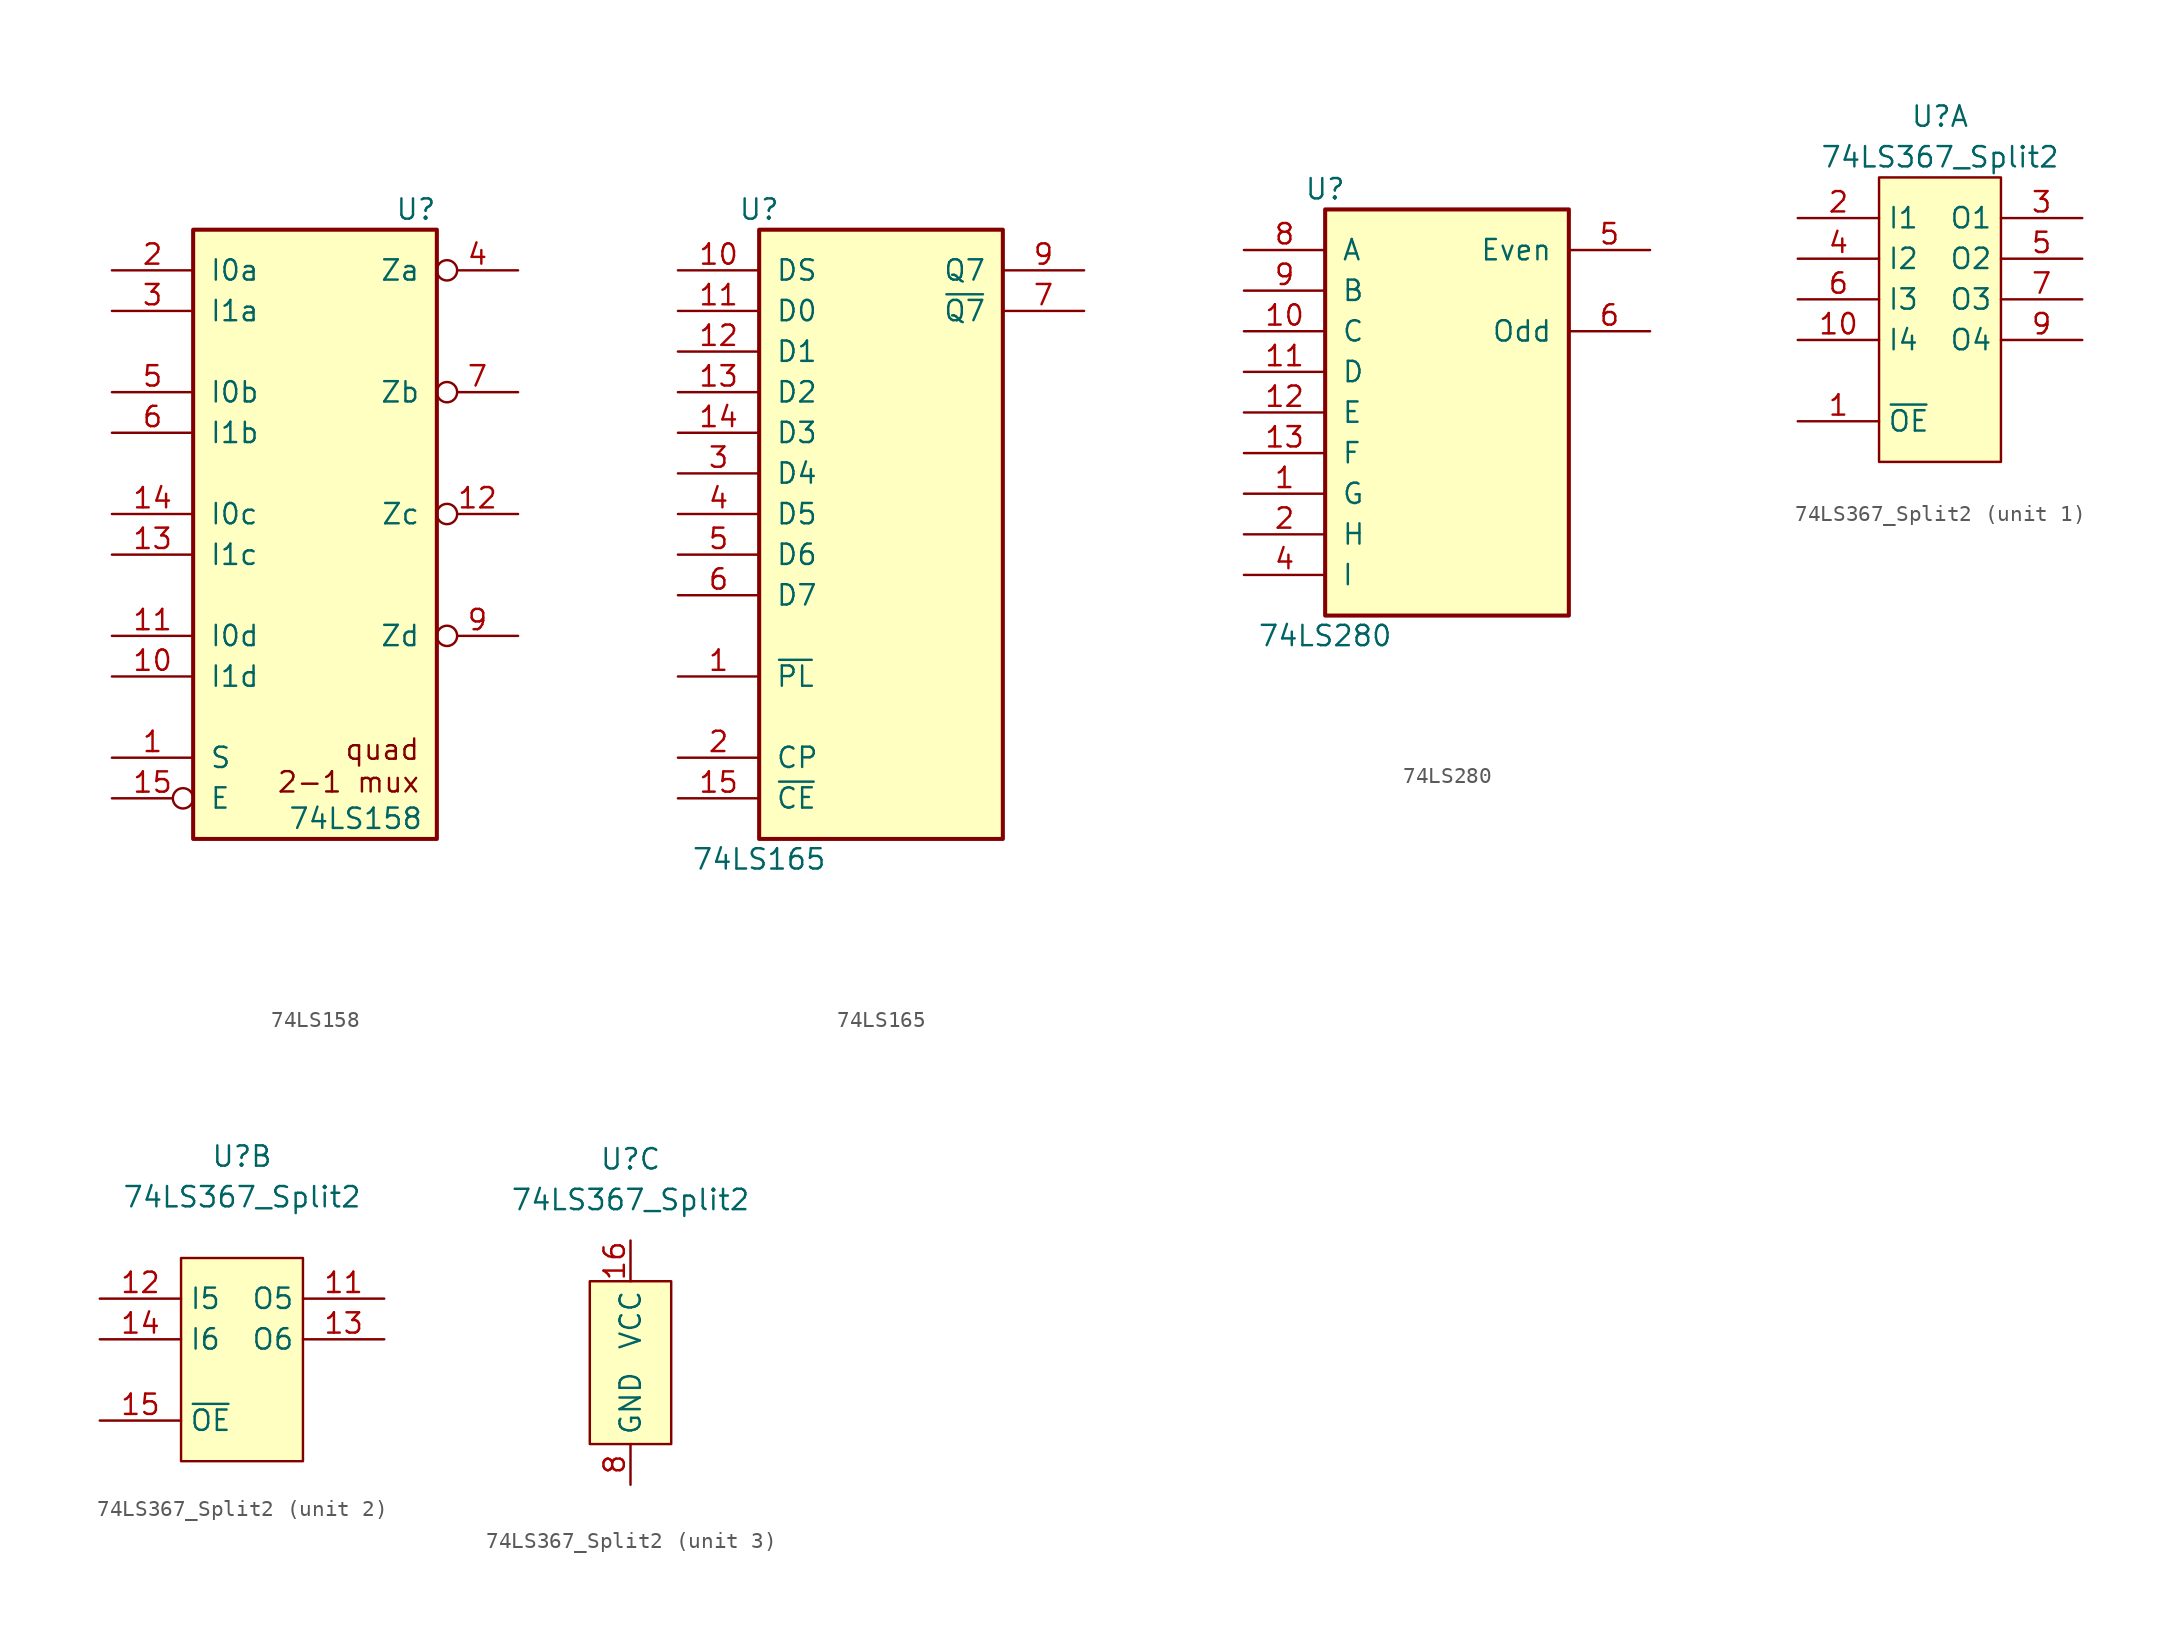
<source format=kicad_sym>
(kicad_symbol_lib
  (version 20231120)
  (generator "kicad_symbol_editor")
  (generator_version "8.0")
  (symbol "74LS158"
    (pin_names
      (offset 1.016))
    (property "Reference" "U"
      (at 7.62 19.05 0)
      (effects (font (size 1.27 1.27)) (justify right)))
    (property "Value" "74LS158"
      (at 2.54 -19.05 0)
      (effects (font (size 1.27 1.27))))
    (property "ki_locked" ""
      (at 0 0 0)
      (effects (font (size 1.27 1.27))))
    (symbol "74LS158_1_0"
      (pin input line (at -12.7 -15.24 0) (length 5.08) (name "S" (effects (font (size 1.27 1.27)))) (number "1" (effects (font (size 1.27 1.27)))))
      (pin input line (at -12.7 -10.16 0) (length 5.08) (name "I1d" (effects (font (size 1.27 1.27)))) (number "10" (effects (font (size 1.27 1.27)))))
      (pin input line (at -12.7 -7.62 0) (length 5.08) (name "I0d" (effects (font (size 1.27 1.27)))) (number "11" (effects (font (size 1.27 1.27)))))
      (pin output inverted (at 12.7 0 180) (length 5.08) (name "Zc" (effects (font (size 1.27 1.27)))) (number "12" (effects (font (size 1.27 1.27)))))
      (pin input line (at -12.7 -2.54 0) (length 5.08) (name "I1c" (effects (font (size 1.27 1.27)))) (number "13" (effects (font (size 1.27 1.27)))))
      (pin input line (at -12.7 0 0) (length 5.08) (name "I0c" (effects (font (size 1.27 1.27)))) (number "14" (effects (font (size 1.27 1.27)))))
      (pin input inverted (at -12.7 -17.78 0) (length 5.08) (name "E" (effects (font (size 1.27 1.27)))) (number "15" (effects (font (size 1.27 1.27)))))
      (pin input line (at 0 22.86 270) (length 5.08) hide (name "VCC" (effects (font (size 1.27 1.27)))) (number "16" (effects (font (size 1.27 1.27)))))
      (pin input line (at -12.7 15.24 0) (length 5.08) (name "I0a" (effects (font (size 1.27 1.27)))) (number "2" (effects (font (size 1.27 1.27)))))
      (pin input line (at -12.7 12.7 0) (length 5.08) (name "I1a" (effects (font (size 1.27 1.27)))) (number "3" (effects (font (size 1.27 1.27)))))
      (pin output inverted (at 12.7 15.24 180) (length 5.08) (name "Za" (effects (font (size 1.27 1.27)))) (number "4" (effects (font (size 1.27 1.27)))))
      (pin input line (at -12.7 7.62 0) (length 5.08) (name "I0b" (effects (font (size 1.27 1.27)))) (number "5" (effects (font (size 1.27 1.27)))))
      (pin input line (at -12.7 5.08 0) (length 5.08) (name "I1b" (effects (font (size 1.27 1.27)))) (number "6" (effects (font (size 1.27 1.27)))))
      (pin output inverted (at 12.7 7.62 180) (length 5.08) (name "Zb" (effects (font (size 1.27 1.27)))) (number "7" (effects (font (size 1.27 1.27)))))
      (pin input line (at 0 -25.4 90) (length 5.08) hide (name "GND" (effects (font (size 1.27 1.27)))) (number "8" (effects (font (size 1.27 1.27)))))
      (pin output inverted (at 12.7 -7.62 180) (length 5.08) (name "Zd" (effects (font (size 1.27 1.27)))) (number "9" (effects (font (size 1.27 1.27))))))
    (symbol "74LS158_1_1"
      (rectangle (start -7.62 17.78) (end 7.62 -20.32) (stroke (width 0.254) (type default)) (fill (type background)))
      (text "quad\n2-1 mux" (at 6.604 -15.748 0) (effects (font (size 1.27 1.27)) (justify right)))))
  (symbol "74LS165"
    (pin_names
      (offset 1.016))
    (property "Reference" "U"
      (at -7.62 19.05 0)
      (effects (font (size 1.27 1.27))))
    (property "Value" "74LS165"
      (at -7.62 -21.59 0)
      (effects (font (size 1.27 1.27))))
    (property "ki_locked" ""
      (at 0 0 0)
      (effects (font (size 1.27 1.27))))
    (symbol "74LS165_1_0"
      (pin input line (at -12.7 -10.16 0) (length 5.08) (name "~{PL}" (effects (font (size 1.27 1.27)))) (number "1" (effects (font (size 1.27 1.27)))))
      (pin input line (at -12.7 15.24 0) (length 5.08) (name "DS" (effects (font (size 1.27 1.27)))) (number "10" (effects (font (size 1.27 1.27)))))
      (pin input line (at -12.7 12.7 0) (length 5.08) (name "D0" (effects (font (size 1.27 1.27)))) (number "11" (effects (font (size 1.27 1.27)))))
      (pin input line (at -12.7 10.16 0) (length 5.08) (name "D1" (effects (font (size 1.27 1.27)))) (number "12" (effects (font (size 1.27 1.27)))))
      (pin input line (at -12.7 7.62 0) (length 5.08) (name "D2" (effects (font (size 1.27 1.27)))) (number "13" (effects (font (size 1.27 1.27)))))
      (pin input line (at -12.7 5.08 0) (length 5.08) (name "D3" (effects (font (size 1.27 1.27)))) (number "14" (effects (font (size 1.27 1.27)))))
      (pin input line (at -12.7 -17.78 0) (length 5.08) (name "~{CE}" (effects (font (size 1.27 1.27)))) (number "15" (effects (font (size 1.27 1.27)))))
      (pin input line (at 0 22.86 270) (length 5.08) hide (name "VCC" (effects (font (size 1.27 1.27)))) (number "16" (effects (font (size 1.27 1.27)))))
      (pin input line (at -12.7 -15.24 0) (length 5.08) (name "CP" (effects (font (size 1.27 1.27)))) (number "2" (effects (font (size 1.27 1.27)))))
      (pin input line (at -12.7 2.54 0) (length 5.08) (name "D4" (effects (font (size 1.27 1.27)))) (number "3" (effects (font (size 1.27 1.27)))))
      (pin input line (at -12.7 0 0) (length 5.08) (name "D5" (effects (font (size 1.27 1.27)))) (number "4" (effects (font (size 1.27 1.27)))))
      (pin input line (at -12.7 -2.54 0) (length 5.08) (name "D6" (effects (font (size 1.27 1.27)))) (number "5" (effects (font (size 1.27 1.27)))))
      (pin input line (at -12.7 -5.08 0) (length 5.08) (name "D7" (effects (font (size 1.27 1.27)))) (number "6" (effects (font (size 1.27 1.27)))))
      (pin output line (at 12.7 12.7 180) (length 5.08) (name "~{Q7}" (effects (font (size 1.27 1.27)))) (number "7" (effects (font (size 1.27 1.27)))))
      (pin input line (at 0 -25.4 90) (length 5.08) hide (name "GND" (effects (font (size 1.27 1.27)))) (number "8" (effects (font (size 1.27 1.27)))))
      (pin output line (at 12.7 15.24 180) (length 5.08) (name "Q7" (effects (font (size 1.27 1.27)))) (number "9" (effects (font (size 1.27 1.27))))))
    (symbol "74LS165_1_1"
      (rectangle (start -7.62 17.78) (end 7.62 -20.32) (stroke (width 0.254) (type default)) (fill (type background)))))
  (symbol "74LS280"
    (pin_names
      (offset 1.016))
    (property "Reference" "U"
      (at -7.62 13.97 0)
      (effects (font (size 1.27 1.27))))
    (property "Value" "74LS280"
      (at -7.62 -13.97 0)
      (effects (font (size 1.27 1.27))))
    (property "ki_locked" ""
      (at 0 0 0)
      (effects (font (size 1.27 1.27))))
    (symbol "74LS280_1_0"
      (pin input line (at -12.7 -5.08 0) (length 5.08) (name "G" (effects (font (size 1.27 1.27)))) (number "1" (effects (font (size 1.27 1.27)))))
      (pin input line (at -12.7 5.08 0) (length 5.08) (name "C" (effects (font (size 1.27 1.27)))) (number "10" (effects (font (size 1.27 1.27)))))
      (pin input line (at -12.7 2.54 0) (length 5.08) (name "D" (effects (font (size 1.27 1.27)))) (number "11" (effects (font (size 1.27 1.27)))))
      (pin input line (at -12.7 0 0) (length 5.08) (name "E" (effects (font (size 1.27 1.27)))) (number "12" (effects (font (size 1.27 1.27)))))
      (pin input line (at -12.7 -2.54 0) (length 5.08) (name "F" (effects (font (size 1.27 1.27)))) (number "13" (effects (font (size 1.27 1.27)))))
      (pin input line (at 0 17.78 270) (length 5.08) hide (name "VCC" (effects (font (size 1.27 1.27)))) (number "14" (effects (font (size 1.27 1.27)))))
      (pin input line (at -12.7 -7.62 0) (length 5.08) (name "H" (effects (font (size 1.27 1.27)))) (number "2" (effects (font (size 1.27 1.27)))))
      (pin input line (at -12.7 -10.16 0) (length 5.08) (name "I" (effects (font (size 1.27 1.27)))) (number "4" (effects (font (size 1.27 1.27)))))
      (pin output line (at 12.7 10.16 180) (length 5.08) (name "Even" (effects (font (size 1.27 1.27)))) (number "5" (effects (font (size 1.27 1.27)))))
      (pin output line (at 12.7 5.08 180) (length 5.08) (name "Odd" (effects (font (size 1.27 1.27)))) (number "6" (effects (font (size 1.27 1.27)))))
      (pin input line (at 0 -17.78 90) (length 5.08) hide (name "GND" (effects (font (size 1.27 1.27)))) (number "7" (effects (font (size 1.27 1.27)))))
      (pin input line (at -12.7 10.16 0) (length 5.08) (name "A" (effects (font (size 1.27 1.27)))) (number "8" (effects (font (size 1.27 1.27)))))
      (pin input line (at -12.7 7.62 0) (length 5.08) (name "B" (effects (font (size 1.27 1.27)))) (number "9" (effects (font (size 1.27 1.27))))))
    (symbol "74LS280_1_1"
      (rectangle (start -7.62 12.7) (end 7.62 -12.7) (stroke (width 0.254) (type default)) (fill (type background)))))
  (symbol "74LS367_Split2"
    (property "Reference" "U"
      (at 0 12.7 0)
      (effects (font (size 1.27 1.27))))
    (property "Value" "74LS367_Split2"
      (at 0 10.16 0)
      (effects (font (size 1.27 1.27))))
    (property "ki_locked" ""
      (at 0 0 0)
      (effects (font (size 1.27 1.27))))
    (symbol "74LS367_Split2_1_1"
      (rectangle (start -3.81 8.89) (end 3.81 -8.89) (stroke (width 0) (type default)) (fill (type background)))
      (pin input line (at -8.89 -6.35 0) (length 5.08) (name "~{OE}" (effects (font (size 1.27 1.27)))) (number "1" (effects (font (size 1.27 1.27)))))
      (pin input line (at -8.89 -1.27 0) (length 5.08) (name "I4" (effects (font (size 1.27 1.27)))) (number "10" (effects (font (size 1.27 1.27)))))
      (pin input line (at -8.89 6.35 0) (length 5.08) (name "I1" (effects (font (size 1.27 1.27)))) (number "2" (effects (font (size 1.27 1.27)))))
      (pin tri_state line (at 8.89 6.35 180) (length 5.08) (name "O1" (effects (font (size 1.27 1.27)))) (number "3" (effects (font (size 1.27 1.27)))))
      (pin input line (at -8.89 3.81 0) (length 5.08) (name "I2" (effects (font (size 1.27 1.27)))) (number "4" (effects (font (size 1.27 1.27)))))
      (pin tri_state line (at 8.89 3.81 180) (length 5.08) (name "O2" (effects (font (size 1.27 1.27)))) (number "5" (effects (font (size 1.27 1.27)))))
      (pin input line (at -8.89 1.27 0) (length 5.08) (name "I3" (effects (font (size 1.27 1.27)))) (number "6" (effects (font (size 1.27 1.27)))))
      (pin tri_state line (at 8.89 1.27 180) (length 5.08) (name "O3" (effects (font (size 1.27 1.27)))) (number "7" (effects (font (size 1.27 1.27)))))
      (pin tri_state line (at 8.89 -1.27 180) (length 5.08) (name "O4" (effects (font (size 1.27 1.27)))) (number "9" (effects (font (size 1.27 1.27))))))
    (symbol "74LS367_Split2_2_1"
      (rectangle (start -3.81 6.35) (end 3.81 -6.35) (stroke (width 0) (type default)) (fill (type background)))
      (pin tri_state line (at 8.89 3.81 180) (length 5.08) (name "O5" (effects (font (size 1.27 1.27)))) (number "11" (effects (font (size 1.27 1.27)))))
      (pin input line (at -8.89 3.81 0) (length 5.08) (name "I5" (effects (font (size 1.27 1.27)))) (number "12" (effects (font (size 1.27 1.27)))))
      (pin tri_state line (at 8.89 1.27 180) (length 5.08) (name "O6" (effects (font (size 1.27 1.27)))) (number "13" (effects (font (size 1.27 1.27)))))
      (pin input line (at -8.89 1.27 0) (length 5.08) (name "I6" (effects (font (size 1.27 1.27)))) (number "14" (effects (font (size 1.27 1.27)))))
      (pin input line (at -8.89 -3.81 0) (length 5.08) (name "~{OE}" (effects (font (size 1.27 1.27)))) (number "15" (effects (font (size 1.27 1.27))))))
    (symbol "74LS367_Split2_3_1"
      (rectangle (start -2.54 5.08) (end 2.54 -5.08) (stroke (width 0) (type default)) (fill (type background)))
      (pin power_in line (at 0 7.62 270) (length 2.54) (name "VCC" (effects (font (size 1.27 1.27)))) (number "16" (effects (font (size 1.27 1.27)))))
      (pin power_in line (at 0 -7.62 90) (length 2.54) (name "GND" (effects (font (size 1.27 1.27)))) (number "8" (effects (font (size 1.27 1.27))))))))
</source>
